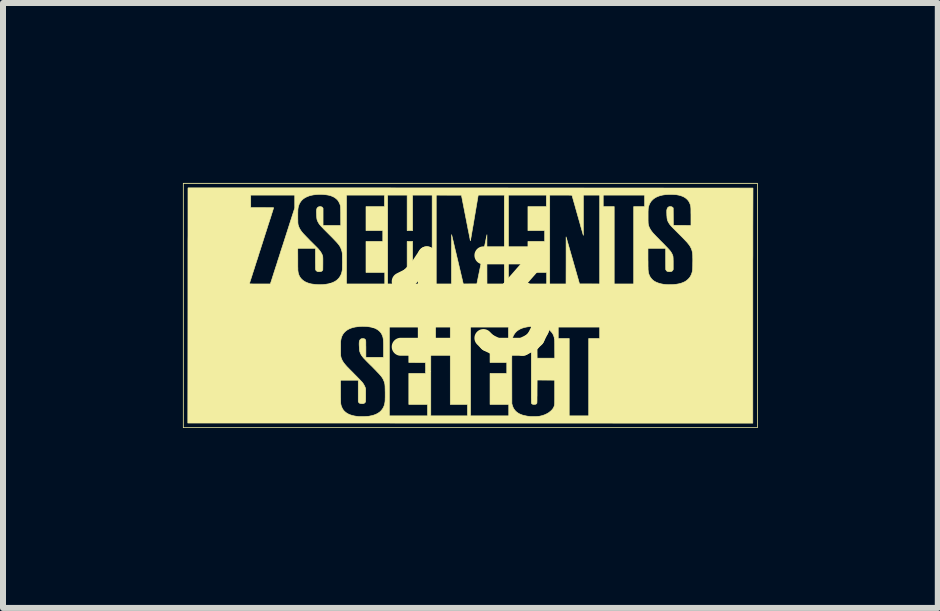
<source format=kicad_pcb>
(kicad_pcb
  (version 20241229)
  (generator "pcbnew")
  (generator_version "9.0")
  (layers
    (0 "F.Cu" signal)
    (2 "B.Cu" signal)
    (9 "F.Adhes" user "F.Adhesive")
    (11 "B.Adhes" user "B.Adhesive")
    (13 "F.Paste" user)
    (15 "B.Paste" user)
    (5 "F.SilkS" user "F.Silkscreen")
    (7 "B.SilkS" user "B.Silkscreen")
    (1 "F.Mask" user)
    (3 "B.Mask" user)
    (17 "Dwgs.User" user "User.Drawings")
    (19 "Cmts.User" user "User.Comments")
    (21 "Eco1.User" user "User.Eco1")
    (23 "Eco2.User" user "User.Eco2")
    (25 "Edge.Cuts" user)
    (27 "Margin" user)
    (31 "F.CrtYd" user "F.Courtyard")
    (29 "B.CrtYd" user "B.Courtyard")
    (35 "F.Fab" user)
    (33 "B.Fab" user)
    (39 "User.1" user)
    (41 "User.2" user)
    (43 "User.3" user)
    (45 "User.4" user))
  (footprint "13"
    (layer "F.Cu")
    (at 4.792 2.042)
    (property "Reference" "13" (at 0 0 0) (layer "F.SilkS") (effects (font (size 1.524 1.524) (thickness 0.3))))
    (attr through_hole)
    (fp_poly (pts (xy 4.787 2.039) (xy -4.787 2.039) (xy -4.787 -2.034) (xy -4.785 -2.034) (xy -4.785 2.037) (xy 4.785 2.037) (xy 4.785 -2.034) (xy -4.785 -2.034) (xy -4.787 -2.034) (xy -4.787 -2.037) (xy 4.787 -2.037) (xy 4.787 2.039)) (stroke (width 0.01) (type solid)) (fill yes) (layer "F.SilkS"))
    (fp_poly (pts (xy -4.307 -1.96) (xy -4.245 -1.96) (xy -4.18 -1.96) (xy -4.111 -1.96) (xy -4.038 -1.96) (xy -3.961 -1.96) (xy -3.881 -1.96) (xy -3.796 -1.96) (xy -3.709 -1.96) (xy -3.618 -1.96) (xy -3.524 -1.96) (xy -3.426 -1.96) (xy -3.325 -1.96) (xy -3.221 -1.96) (xy -3.115 -1.96) (xy -3.005 -1.96) (xy -2.892 -1.96) (xy -2.776 -1.96) (xy -2.658 -1.96) (xy -2.537 -1.96) (xy -2.414 -1.96) (xy -2.288 -1.96) (xy -2.16 -1.96) (xy -2.029 -1.96) (xy -1.897 -1.96) (xy -1.762 -1.96) (xy -1.625 -1.96) (xy -1.485 -1.96) (xy -1.345 -1.96) (xy -1.202 -1.959) (xy -1.057 -1.959) (xy -0.911 -1.959) (xy -0.763 -1.959) (xy -0.614 -1.959) (xy -0.463 -1.959) (xy -0.311 -1.959) (xy -0.157 -1.959) (xy -0.002 -1.959) (xy 0.003 -1.959) (xy 4.712 -1.957) (xy 4.71 -1.31) (xy 4.71 -1.264) (xy 4.71 -1.214) (xy 4.71 -1.159) (xy 4.71 -1.1) (xy 4.71 -1.037) (xy 4.71 -0.971) (xy 4.71 -0.9) (xy 4.71 -0.827) (xy 4.709 -0.75) (xy 4.709 -0.671) (xy 4.709 -0.59) (xy 4.709 -0.506) (xy 4.709 -0.42) (xy 4.709 -0.333) (xy 4.709 -0.245) (xy 4.709 -0.155) (xy 4.709 -0.065) (xy 4.709 0.027) (xy 4.709 0.118) (xy 4.709 0.209) (xy 4.709 0.3) (xy 4.709 0.391) (xy 4.709 0.481) (xy 4.709 0.57) (xy 4.709 0.651) (xy 4.709 1.963) (xy 2.634 1.963) (xy 2.531 1.963) (xy 2.423 1.963) (xy 2.311 1.962) (xy 2.194 1.962) (xy 2.073 1.962) (xy 1.948 1.962) (xy 1.82 1.962) (xy 1.688 1.962) (xy 1.553 1.962) (xy 1.416 1.962) (xy 1.275 1.962) (xy 1.133 1.962) (xy 0.989 1.962) (xy 0.842 1.962) (xy 0.694 1.962) (xy 0.545 1.962) (xy 0.395 1.962) (xy 0.244 1.962) (xy 0.092 1.962) (xy -0.059 1.962) (xy -0.211 1.962) (xy -0.363 1.962) (xy -0.514 1.962) (xy -0.665 1.962) (xy -0.814 1.962) (xy -0.963 1.962) (xy -1.11 1.962) (xy -1.255 1.962) (xy -1.398 1.961) (xy -1.539 1.961) (xy -1.678 1.961) (xy -1.813 1.961) (xy -1.946 1.961) (xy -2.075 1.961) (xy -4.711 1.961) (xy -4.71 1.247) (xy -2.164 1.247) (xy -2.164 1.432) (xy -2.164 1.469) (xy -2.164 1.502) (xy -2.164 1.531) (xy -2.163 1.556) (xy -2.163 1.577) (xy -2.163 1.595) (xy -2.162 1.61) (xy -2.162 1.623) (xy -2.161 1.634) (xy -2.16 1.643) (xy -2.158 1.652) (xy -2.157 1.659) (xy -2.155 1.666) (xy -2.153 1.673) (xy -2.151 1.679) (xy -2.138 1.71) (xy -2.122 1.738) (xy -2.102 1.762) (xy -2.077 1.784) (xy -2.049 1.803) (xy -2.016 1.819) (xy -1.993 1.827) (xy -1.971 1.834) (xy -1.95 1.839) (xy -1.927 1.844) (xy -1.901 1.848) (xy -1.871 1.851) (xy -1.86 1.853) (xy -1.851 1.853) (xy -1.837 1.853) (xy -1.82 1.853) (xy -1.801 1.853) (xy -1.78 1.853) (xy -1.76 1.852) (xy -1.74 1.851) (xy -1.723 1.85) (xy -1.708 1.849) (xy -1.697 1.848) (xy -1.694 1.848) (xy -1.661 1.841) (xy -1.351 1.841) (xy -0.714 1.841) (xy -0.66 1.841) (xy -0.048 1.841) (xy -0.048 1.651) (xy -0.335 1.651) (xy -0.335 0.361) (xy 0.003 0.361) (xy 0.003 1.841) (xy 0.64 1.841) (xy 0.64 1.651) (xy 0.328 1.651) (xy 0.328 1.133) (xy 0.607 1.133) (xy 0.607 0.952) (xy 0.328 0.952) (xy 0.328 0.818) (xy 0.691 0.818) (xy 0.691 0.856) (xy 0.691 0.898) (xy 0.691 0.944) (xy 0.691 0.995) (xy 0.691 1.05) (xy 0.691 1.11) (xy 0.691 1.121) (xy 0.692 1.639) (xy 0.698 1.659) (xy 0.706 1.684) (xy 0.715 1.706) (xy 0.725 1.724) (xy 0.738 1.742) (xy 0.751 1.758) (xy 0.771 1.777) (xy 0.793 1.793) (xy 0.817 1.807) (xy 0.845 1.819) (xy 0.875 1.83) (xy 0.91 1.838) (xy 0.948 1.846) (xy 0.991 1.851) (xy 1.004 1.853) (xy 1.014 1.853) (xy 1.028 1.853) (xy 1.044 1.853) (xy 1.062 1.853) (xy 1.081 1.852) (xy 1.1 1.852) (xy 1.117 1.851) (xy 1.132 1.85) (xy 1.144 1.849) (xy 1.15 1.848) (xy 1.194 1.838) (xy 1.234 1.825) (xy 1.271 1.808) (xy 1.305 1.789) (xy 1.334 1.766) (xy 1.354 1.748) (xy 1.366 1.734) (xy 1.375 1.723) (xy 1.383 1.711) (xy 1.386 1.704) (xy 1.39 1.697) (xy 1.393 1.691) (xy 1.395 1.685) (xy 1.397 1.679) (xy 1.399 1.673) (xy 1.401 1.667) (xy 1.402 1.659) (xy 1.403 1.65) (xy 1.404 1.639) (xy 1.405 1.625) (xy 1.405 1.61) (xy 1.405 1.591) (xy 1.406 1.569) (xy 1.406 1.544) (xy 1.406 1.514) (xy 1.406 1.48) (xy 1.406 1.448) (xy 1.406 1.246) (xy 1.259 1.245) (xy 1.113 1.244) (xy 1.112 1.436) (xy 1.112 1.472) (xy 1.112 1.503) (xy 1.111 1.529) (xy 1.111 1.552) (xy 1.111 1.571) (xy 1.111 1.586) (xy 1.111 1.599) (xy 1.11 1.609) (xy 1.11 1.617) (xy 1.11 1.623) (xy 1.109 1.627) (xy 1.108 1.63) (xy 1.108 1.632) (xy 1.107 1.634) (xy 1.106 1.635) (xy 1.099 1.642) (xy 1.09 1.647) (xy 1.077 1.649) (xy 1.067 1.65) (xy 1.049 1.65) (xy 1.035 1.646) (xy 1.025 1.64) (xy 1.021 1.635) (xy 1.02 1.634) (xy 1.02 1.632) (xy 1.019 1.631) (xy 1.019 1.628) (xy 1.018 1.625) (xy 1.018 1.621) (xy 1.018 1.615) (xy 1.017 1.608) (xy 1.017 1.599) (xy 1.017 1.588) (xy 1.017 1.575) (xy 1.017 1.56) (xy 1.016 1.542) (xy 1.016 1.522) (xy 1.016 1.498) (xy 1.016 1.472) (xy 1.016 1.442) (xy 1.016 1.408) (xy 1.016 1.371) (xy 1.016 1.33) (xy 1.016 1.284) (xy 1.016 1.234) (xy 1.016 1.18) (xy 1.016 1.121) (xy 1.016 1.101) (xy 1.016 0.575) (xy 1.021 0.568) (xy 1.029 0.56) (xy 1.038 0.556) (xy 1.049 0.553) (xy 1.063 0.553) (xy 1.08 0.554) (xy 1.093 0.557) (xy 1.102 0.563) (xy 1.107 0.568) (xy 1.108 0.57) (xy 1.108 0.572) (xy 1.109 0.576) (xy 1.11 0.58) (xy 1.11 0.586) (xy 1.11 0.595) (xy 1.111 0.606) (xy 1.111 0.62) (xy 1.111 0.637) (xy 1.111 0.658) (xy 1.112 0.683) (xy 1.112 0.713) (xy 1.112 0.727) (xy 1.113 0.879) (xy 1.407 0.879) (xy 1.406 0.723) (xy 1.406 0.69) (xy 1.406 0.661) (xy 1.406 0.636) (xy 1.405 0.615) (xy 1.405 0.598) (xy 1.404 0.583) (xy 1.403 0.571) (xy 1.403 0.56) (xy 1.401 0.551) (xy 1.4 0.543) (xy 1.398 0.536) (xy 1.396 0.528) (xy 1.394 0.521) (xy 1.391 0.513) (xy 1.379 0.483) (xy 1.363 0.457) (xy 1.342 0.433) (xy 1.318 0.411) (xy 1.289 0.393) (xy 1.257 0.378) (xy 1.221 0.367) (xy 1.194 0.361) (xy 1.465 0.361) (xy 1.465 0.551) (xy 1.648 0.551) (xy 1.648 1.841) (xy 1.973 1.841) (xy 1.973 0.551) (xy 2.156 0.551) (xy 2.156 0.361) (xy 1.465 0.361) (xy 1.194 0.361) (xy 1.182 0.358) (xy 1.146 0.353) (xy 1.107 0.35) (xy 1.067 0.35) (xy 1.026 0.351) (xy 0.986 0.353) (xy 0.948 0.358) (xy 0.913 0.365) (xy 0.904 0.367) (xy 0.864 0.379) (xy 0.829 0.394) (xy 0.798 0.412) (xy 0.77 0.433) (xy 0.747 0.458) (xy 0.728 0.485) (xy 0.712 0.516) (xy 0.701 0.549) (xy 0.695 0.578) (xy 0.694 0.581) (xy 0.694 0.585) (xy 0.693 0.59) (xy 0.693 0.596) (xy 0.693 0.602) (xy 0.692 0.611) (xy 0.692 0.621) (xy 0.692 0.632) (xy 0.692 0.646) (xy 0.692 0.662) (xy 0.691 0.681) (xy 0.691 0.702) (xy 0.691 0.726) (xy 0.691 0.753) (xy 0.691 0.784) (xy 0.691 0.818) (xy 0.328 0.818) (xy 0.328 0.551) (xy 0.635 0.551) (xy 0.635 0.361) (xy 0.003 0.361) (xy -0.335 0.361) (xy -0.335 0.361) (xy -0.497 0.361) (xy -0.659 0.362) (xy -0.66 1.102) (xy -0.66 1.841) (xy -0.714 1.841) (xy -0.714 1.651) (xy -1.026 1.651) (xy -1.026 1.133) (xy -0.747 1.133) (xy -0.747 1.043) (xy -0.748 0.954) (xy -0.887 0.953) (xy -1.026 0.952) (xy -1.026 0.551) (xy -0.719 0.551) (xy -0.719 0.457) (xy -0.72 0.362) (xy -1.036 0.361) (xy -1.351 0.361) (xy -1.351 1.841) (xy -1.661 1.841) (xy -1.649 1.839) (xy -1.608 1.828) (xy -1.572 1.814) (xy -1.54 1.797) (xy -1.511 1.777) (xy -1.487 1.754) (xy -1.466 1.728) (xy -1.449 1.699) (xy -1.436 1.667) (xy -1.429 1.64) (xy -1.427 1.629) (xy -1.425 1.618) (xy -1.423 1.605) (xy -1.422 1.591) (xy -1.421 1.574) (xy -1.421 1.555) (xy -1.42 1.532) (xy -1.42 1.506) (xy -1.42 1.476) (xy -1.42 1.447) (xy -1.421 1.418) (xy -1.421 1.394) (xy -1.422 1.373) (xy -1.422 1.356) (xy -1.423 1.342) (xy -1.424 1.329) (xy -1.425 1.319) (xy -1.426 1.31) (xy -1.428 1.302) (xy -1.43 1.293) (xy -1.433 1.284) (xy -1.435 1.276) (xy -1.439 1.266) (xy -1.444 1.253) (xy -1.45 1.24) (xy -1.452 1.235) (xy -1.457 1.225) (xy -1.463 1.215) (xy -1.469 1.205) (xy -1.477 1.194) (xy -1.485 1.183) (xy -1.495 1.171) (xy -1.507 1.157) (xy -1.52 1.142) (xy -1.536 1.125) (xy -1.554 1.107) (xy -1.574 1.085) (xy -1.598 1.061) (xy -1.624 1.034) (xy -1.654 1.004) (xy -1.662 0.997) (xy -1.689 0.97) (xy -1.712 0.947) (xy -1.732 0.927) (xy -1.749 0.909) (xy -1.764 0.893) (xy -1.777 0.88) (xy -1.787 0.868) (xy -1.796 0.857) (xy -1.804 0.847) (xy -1.81 0.838) (xy -1.816 0.83) (xy -1.821 0.821) (xy -1.826 0.812) (xy -1.83 0.804) (xy -1.836 0.791) (xy -1.84 0.779) (xy -1.844 0.768) (xy -1.847 0.755) (xy -1.849 0.74) (xy -1.85 0.723) (xy -1.851 0.704) (xy -1.853 0.676) (xy -1.854 0.653) (xy -1.854 0.634) (xy -1.853 0.618) (xy -1.852 0.605) (xy -1.849 0.594) (xy -1.846 0.585) (xy -1.842 0.577) (xy -1.84 0.574) (xy -1.83 0.563) (xy -1.818 0.556) (xy -1.802 0.553) (xy -1.793 0.553) (xy -1.776 0.554) (xy -1.762 0.559) (xy -1.752 0.568) (xy -1.746 0.58) (xy -1.745 0.583) (xy -1.744 0.588) (xy -1.744 0.597) (xy -1.743 0.61) (xy -1.743 0.626) (xy -1.743 0.646) (xy -1.743 0.668) (xy -1.742 0.692) (xy -1.742 0.718) (xy -1.742 0.73) (xy -1.742 0.866) (xy -1.448 0.866) (xy -1.448 0.734) (xy -1.448 0.697) (xy -1.448 0.665) (xy -1.448 0.637) (xy -1.449 0.613) (xy -1.45 0.591) (xy -1.451 0.573) (xy -1.453 0.557) (xy -1.455 0.543) (xy -1.458 0.531) (xy -1.461 0.52) (xy -1.464 0.509) (xy -1.469 0.499) (xy -1.474 0.488) (xy -1.474 0.486) (xy -1.49 0.459) (xy -1.511 0.434) (xy -1.535 0.413) (xy -1.563 0.395) (xy -1.595 0.379) (xy -1.619 0.371) (xy -1.65 0.363) (xy -1.684 0.357) (xy -1.722 0.352) (xy -1.761 0.35) (xy -1.801 0.349) (xy -1.842 0.351) (xy -1.881 0.355) (xy -1.919 0.36) (xy -1.951 0.367) (xy -1.991 0.379) (xy -2.026 0.394) (xy -2.058 0.413) (xy -2.085 0.434) (xy -2.108 0.458) (xy -2.128 0.486) (xy -2.143 0.516) (xy -2.154 0.55) (xy -2.161 0.587) (xy -2.161 0.588) (xy -2.162 0.596) (xy -2.163 0.609) (xy -2.163 0.627) (xy -2.163 0.65) (xy -2.163 0.676) (xy -2.163 0.707) (xy -2.163 0.726) (xy -2.163 0.754) (xy -2.163 0.777) (xy -2.163 0.796) (xy -2.162 0.812) (xy -2.162 0.824) (xy -2.162 0.834) (xy -2.161 0.842) (xy -2.16 0.848) (xy -2.159 0.853) (xy -2.158 0.858) (xy -2.157 0.863) (xy -2.157 0.865) (xy -2.148 0.889) (xy -2.138 0.913) (xy -2.124 0.937) (xy -2.107 0.962) (xy -2.086 0.988) (xy -2.064 1.013) (xy -2.06 1.018) (xy -2.053 1.025) (xy -2.043 1.035) (xy -2.03 1.048) (xy -2.015 1.064) (xy -1.998 1.081) (xy -1.98 1.099) (xy -1.96 1.119) (xy -1.94 1.14) (xy -1.932 1.148) (xy -1.911 1.169) (xy -1.891 1.189) (xy -1.872 1.209) (xy -1.854 1.227) (xy -1.838 1.244) (xy -1.825 1.258) (xy -1.813 1.27) (xy -1.805 1.279) (xy -1.8 1.286) (xy -1.798 1.287) (xy -1.779 1.315) (xy -1.765 1.341) (xy -1.754 1.365) (xy -1.753 1.368) (xy -1.746 1.391) (xy -1.746 1.495) (xy -1.746 1.517) (xy -1.746 1.539) (xy -1.746 1.558) (xy -1.747 1.575) (xy -1.747 1.589) (xy -1.747 1.599) (xy -1.748 1.605) (xy -1.748 1.606) (xy -1.751 1.612) (xy -1.756 1.619) (xy -1.758 1.622) (xy -1.768 1.63) (xy -1.783 1.636) (xy -1.801 1.638) (xy -1.815 1.637) (xy -1.832 1.635) (xy -1.846 1.631) (xy -1.856 1.624) (xy -1.863 1.614) (xy -1.864 1.613) (xy -1.869 1.602) (xy -1.869 1.247) (xy -2.164 1.247) (xy -4.71 1.247) (xy -4.709 0.001) (xy -4.709 -0.099) (xy -4.709 -0.197) (xy -4.709 -0.294) (xy -4.709 -0.362) (xy -3.684 -0.362) (xy -3.684 -0.361) (xy -3.683 -0.36) (xy -3.68 -0.36) (xy -3.675 -0.359) (xy -3.667 -0.359) (xy -3.657 -0.359) (xy -3.645 -0.359) (xy -3.629 -0.358) (xy -3.609 -0.358) (xy -3.585 -0.358) (xy -3.558 -0.358) (xy -3.525 -0.358) (xy -3.51 -0.358) (xy -3.335 -0.358) (xy -3.325 -0.389) (xy -3.323 -0.394) (xy -3.32 -0.404) (xy -3.315 -0.418) (xy -3.309 -0.437) (xy -3.302 -0.459) (xy -3.294 -0.485) (xy -3.284 -0.515) (xy -3.274 -0.548) (xy -3.262 -0.584) (xy -3.25 -0.623) (xy -3.236 -0.664) (xy -3.222 -0.708) (xy -3.208 -0.754) (xy -3.192 -0.802) (xy -3.176 -0.852) (xy -3.16 -0.904) (xy -3.144 -0.952) (xy -2.878 -0.952) (xy -2.877 -0.778) (xy -2.877 -0.748) (xy -2.877 -0.719) (xy -2.877 -0.691) (xy -2.877 -0.665) (xy -2.877 -0.642) (xy -2.876 -0.621) (xy -2.876 -0.604) (xy -2.876 -0.591) (xy -2.875 -0.582) (xy -2.875 -0.58) (xy -2.87 -0.545) (xy -2.861 -0.514) (xy -2.849 -0.486) (xy -2.833 -0.461) (xy -2.816 -0.441) (xy -2.792 -0.419) (xy -2.765 -0.4) (xy -2.734 -0.384) (xy -2.699 -0.371) (xy -2.66 -0.36) (xy -2.636 -0.356) (xy -2.58 -0.349) (xy -2.522 -0.346) (xy -2.462 -0.347) (xy -2.455 -0.348) (xy -2.408 -0.353) (xy -2.365 -0.36) (xy -2.327 -0.37) (xy -2.292 -0.383) (xy -2.261 -0.398) (xy -2.233 -0.416) (xy -2.212 -0.434) (xy -2.189 -0.459) (xy -2.17 -0.487) (xy -2.154 -0.518) (xy -2.143 -0.553) (xy -2.136 -0.588) (xy -2.135 -0.595) (xy -2.135 -0.606) (xy -2.134 -0.622) (xy -2.134 -0.64) (xy -2.134 -0.661) (xy -2.134 -0.684) (xy -2.133 -0.708) (xy -2.133 -0.733) (xy -2.134 -0.757) (xy -2.134 -0.781) (xy -2.134 -0.804) (xy -2.134 -0.825) (xy -2.135 -0.843) (xy -2.135 -0.858) (xy -2.136 -0.869) (xy -2.136 -0.875) (xy -2.143 -0.908) (xy -2.154 -0.941) (xy -2.168 -0.973) (xy -2.186 -1.002) (xy -2.186 -1.002) (xy -2.194 -1.012) (xy -2.203 -1.024) (xy -2.214 -1.037) (xy -2.226 -1.051) (xy -2.241 -1.067) (xy -2.258 -1.085) (xy -2.278 -1.106) (xy -2.3 -1.129) (xy -2.325 -1.154) (xy -2.354 -1.183) (xy -2.377 -1.206) (xy -2.403 -1.232) (xy -2.426 -1.255) (xy -2.446 -1.275) (xy -2.462 -1.293) (xy -2.477 -1.308) (xy -2.489 -1.321) (xy -2.499 -1.332) (xy -2.508 -1.343) (xy -2.516 -1.352) (xy -2.522 -1.361) (xy -2.527 -1.369) (xy -2.533 -1.378) (xy -2.537 -1.387) (xy -2.54 -1.392) (xy -2.546 -1.404) (xy -2.551 -1.414) (xy -2.554 -1.424) (xy -2.557 -1.434) (xy -2.559 -1.446) (xy -2.561 -1.461) (xy -2.562 -1.478) (xy -2.564 -1.5) (xy -2.564 -1.507) (xy -2.565 -1.534) (xy -2.566 -1.557) (xy -2.566 -1.576) (xy -2.564 -1.592) (xy -2.562 -1.604) (xy -2.559 -1.615) (xy -2.554 -1.623) (xy -2.549 -1.63) (xy -2.544 -1.635) (xy -2.531 -1.643) (xy -2.515 -1.647) (xy -2.498 -1.648) (xy -2.483 -1.644) (xy -2.47 -1.638) (xy -2.462 -1.628) (xy -2.456 -1.62) (xy -2.456 -1.333) (xy -2.161 -1.333) (xy -2.162 -1.488) (xy -2.162 -1.521) (xy -2.162 -1.551) (xy -2.163 -1.575) (xy -2.163 -1.597) (xy -2.164 -1.614) (xy -2.164 -1.629) (xy -2.165 -1.642) (xy -2.166 -1.652) (xy -2.167 -1.661) (xy -2.169 -1.669) (xy -2.171 -1.676) (xy -2.174 -1.683) (xy -2.176 -1.691) (xy -2.18 -1.698) (xy -2.18 -1.7) (xy -2.19 -1.72) (xy -2.199 -1.736) (xy -2.209 -1.751) (xy -2.222 -1.765) (xy -2.225 -1.768) (xy -2.247 -1.787) (xy -2.272 -1.804) (xy -2.301 -1.818) (xy -2.332 -1.83) (xy -2.368 -1.839) (xy -2.065 -1.839) (xy -2.065 -0.358) (xy -1.427 -0.358) (xy -1.427 -0.549) (xy -1.74 -0.549) (xy -1.74 -1.067) (xy -1.46 -1.067) (xy -1.46 -1.247) (xy -1.74 -1.247) (xy -1.74 -1.648) (xy -1.432 -1.648) (xy -1.432 -1.839) (xy -1.379 -1.839) (xy -1.379 -0.358) (xy -1.054 -0.358) (xy -1.054 -1.067) (xy -0.963 -1.067) (xy -0.963 -0.358) (xy -0.637 -0.358) (xy -0.569 -0.358) (xy -0.315 -0.358) (xy -0.315 -0.771) (xy -0.315 -0.817) (xy -0.315 -0.861) (xy -0.315 -0.903) (xy -0.315 -0.943) (xy -0.314 -0.981) (xy -0.314 -1.016) (xy -0.314 -1.049) (xy -0.314 -1.079) (xy -0.314 -1.105) (xy -0.314 -1.128) (xy -0.313 -1.147) (xy -0.313 -1.162) (xy -0.313 -1.172) (xy -0.313 -1.178) (xy -0.313 -1.18) (xy -0.312 -1.177) (xy -0.31 -1.169) (xy -0.307 -1.157) (xy -0.303 -1.141) (xy -0.298 -1.121) (xy -0.293 -1.097) (xy -0.286 -1.07) (xy -0.279 -1.039) (xy -0.271 -1.006) (xy -0.263 -0.97) (xy -0.254 -0.932) (xy -0.244 -0.892) (xy -0.234 -0.85) (xy -0.224 -0.807) (xy -0.214 -0.766) (xy -0.118 -0.358) (xy -0.005 -0.359) (xy 0.108 -0.359) (xy 0.192 -0.769) (xy 0.276 -1.178) (xy 0.276 -0.768) (xy 0.277 -0.358) (xy 0.566 -0.358) (xy 0.566 -1.839) (xy 0.635 -1.839) (xy 0.635 -0.358) (xy 1.272 -0.358) (xy 1.272 -0.549) (xy 0.96 -0.549) (xy 0.96 -1.067) (xy 1.239 -1.067) (xy 1.239 -1.247) (xy 0.96 -1.247) (xy 0.96 -1.648) (xy 1.267 -1.648) (xy 1.267 -1.839) (xy 1.323 -1.839) (xy 1.323 -0.358) (xy 1.595 -0.358) (xy 1.596 -0.75) (xy 1.596 -1.142) (xy 1.708 -0.751) (xy 1.82 -0.359) (xy 1.988 -0.359) (xy 2.156 -0.358) (xy 2.156 -1.839) (xy 2.215 -1.839) (xy 2.215 -1.648) (xy 2.398 -1.648) (xy 2.398 -0.358) (xy 2.723 -0.358) (xy 2.723 -0.952) (xy 2.961 -0.952) (xy 2.961 -0.788) (xy 2.961 -0.758) (xy 2.962 -0.73) (xy 2.962 -0.702) (xy 2.962 -0.676) (xy 2.962 -0.653) (xy 2.963 -0.632) (xy 2.963 -0.615) (xy 2.963 -0.601) (xy 2.964 -0.592) (xy 2.964 -0.591) (xy 2.967 -0.56) (xy 2.973 -0.532) (xy 2.982 -0.507) (xy 2.993 -0.483) (xy 3.004 -0.466) (xy 3.023 -0.441) (xy 3.046 -0.419) (xy 3.073 -0.4) (xy 3.105 -0.384) (xy 3.14 -0.371) (xy 3.18 -0.36) (xy 3.223 -0.352) (xy 3.264 -0.348) (xy 3.282 -0.347) (xy 3.304 -0.346) (xy 3.329 -0.347) (xy 3.354 -0.347) (xy 3.379 -0.348) (xy 3.402 -0.35) (xy 3.423 -0.352) (xy 3.434 -0.353) (xy 3.474 -0.36) (xy 3.51 -0.369) (xy 3.543 -0.381) (xy 3.572 -0.394) (xy 3.598 -0.41) (xy 3.622 -0.429) (xy 3.63 -0.437) (xy 3.652 -0.46) (xy 3.669 -0.485) (xy 3.683 -0.513) (xy 3.691 -0.535) (xy 3.695 -0.547) (xy 3.698 -0.557) (xy 3.7 -0.568) (xy 3.702 -0.578) (xy 3.703 -0.59) (xy 3.705 -0.604) (xy 3.705 -0.62) (xy 3.706 -0.639) (xy 3.707 -0.661) (xy 3.707 -0.688) (xy 3.707 -0.702) (xy 3.708 -0.74) (xy 3.708 -0.774) (xy 3.707 -0.803) (xy 3.707 -0.828) (xy 3.705 -0.851) (xy 3.703 -0.871) (xy 3.701 -0.889) (xy 3.697 -0.905) (xy 3.693 -0.92) (xy 3.688 -0.934) (xy 3.683 -0.948) (xy 3.676 -0.962) (xy 3.675 -0.964) (xy 3.669 -0.975) (xy 3.663 -0.986) (xy 3.656 -0.997) (xy 3.648 -1.009) (xy 3.638 -1.021) (xy 3.627 -1.035) (xy 3.615 -1.05) (xy 3.6 -1.066) (xy 3.583 -1.084) (xy 3.563 -1.105) (xy 3.541 -1.128) (xy 3.516 -1.153) (xy 3.488 -1.181) (xy 3.456 -1.213) (xy 3.453 -1.216) (xy 3.428 -1.241) (xy 3.406 -1.263) (xy 3.387 -1.282) (xy 3.371 -1.299) (xy 3.357 -1.313) (xy 3.346 -1.326) (xy 3.336 -1.337) (xy 3.328 -1.347) (xy 3.32 -1.357) (xy 3.314 -1.366) (xy 3.309 -1.375) (xy 3.303 -1.384) (xy 3.299 -1.392) (xy 3.293 -1.404) (xy 3.289 -1.415) (xy 3.285 -1.426) (xy 3.282 -1.437) (xy 3.28 -1.451) (xy 3.278 -1.467) (xy 3.277 -1.486) (xy 3.275 -1.506) (xy 3.275 -1.524) (xy 3.274 -1.542) (xy 3.274 -1.558) (xy 3.274 -1.571) (xy 3.274 -1.581) (xy 3.274 -1.584) (xy 3.278 -1.603) (xy 3.284 -1.62) (xy 3.293 -1.633) (xy 3.305 -1.642) (xy 3.314 -1.646) (xy 3.33 -1.648) (xy 3.346 -1.647) (xy 3.36 -1.643) (xy 3.372 -1.635) (xy 3.373 -1.634) (xy 3.382 -1.625) (xy 3.383 -1.48) (xy 3.384 -1.335) (xy 3.531 -1.334) (xy 3.678 -1.333) (xy 3.678 -1.48) (xy 3.678 -1.514) (xy 3.677 -1.543) (xy 3.677 -1.569) (xy 3.677 -1.59) (xy 3.677 -1.608) (xy 3.676 -1.623) (xy 3.675 -1.636) (xy 3.674 -1.647) (xy 3.672 -1.657) (xy 3.671 -1.666) (xy 3.668 -1.674) (xy 3.666 -1.682) (xy 3.663 -1.69) (xy 3.661 -1.694) (xy 3.653 -1.715) (xy 3.643 -1.732) (xy 3.632 -1.748) (xy 3.618 -1.764) (xy 3.615 -1.767) (xy 3.594 -1.786) (xy 3.569 -1.803) (xy 3.542 -1.817) (xy 3.512 -1.828) (xy 3.477 -1.838) (xy 3.439 -1.845) (xy 3.434 -1.846) (xy 3.42 -1.847) (xy 3.402 -1.848) (xy 3.381 -1.849) (xy 3.358 -1.85) (xy 3.334 -1.85) (xy 3.311 -1.85) (xy 3.289 -1.849) (xy 3.27 -1.848) (xy 3.254 -1.847) (xy 3.252 -1.847) (xy 3.206 -1.84) (xy 3.164 -1.83) (xy 3.126 -1.817) (xy 3.092 -1.801) (xy 3.071 -1.788) (xy 3.057 -1.778) (xy 3.043 -1.766) (xy 3.029 -1.752) (xy 3.016 -1.738) (xy 3.006 -1.725) (xy 3.006 -1.724) (xy 2.991 -1.699) (xy 2.979 -1.671) (xy 2.97 -1.64) (xy 2.967 -1.624) (xy 2.966 -1.618) (xy 2.965 -1.611) (xy 2.965 -1.603) (xy 2.964 -1.592) (xy 2.964 -1.58) (xy 2.963 -1.565) (xy 2.963 -1.546) (xy 2.963 -1.524) (xy 2.963 -1.497) (xy 2.963 -1.488) (xy 2.963 -1.457) (xy 2.963 -1.431) (xy 2.963 -1.41) (xy 2.964 -1.392) (xy 2.964 -1.378) (xy 2.965 -1.367) (xy 2.966 -1.36) (xy 2.966 -1.357) (xy 2.972 -1.331) (xy 2.981 -1.305) (xy 2.994 -1.28) (xy 3.009 -1.254) (xy 3.029 -1.227) (xy 3.042 -1.211) (xy 3.047 -1.205) (xy 3.055 -1.196) (xy 3.067 -1.184) (xy 3.08 -1.17) (xy 3.096 -1.153) (xy 3.114 -1.135) (xy 3.134 -1.115) (xy 3.154 -1.094) (xy 3.175 -1.072) (xy 3.19 -1.058) (xy 3.217 -1.031) (xy 3.24 -1.007) (xy 3.26 -0.986) (xy 3.278 -0.968) (xy 3.293 -0.952) (xy 3.306 -0.938) (xy 3.317 -0.926) (xy 3.326 -0.915) (xy 3.334 -0.906) (xy 3.34 -0.897) (xy 3.346 -0.888) (xy 3.351 -0.88) (xy 3.356 -0.871) (xy 3.361 -0.862) (xy 3.362 -0.86) (xy 3.366 -0.851) (xy 3.37 -0.843) (xy 3.373 -0.835) (xy 3.376 -0.827) (xy 3.378 -0.818) (xy 3.379 -0.808) (xy 3.38 -0.795) (xy 3.381 -0.78) (xy 3.381 -0.763) (xy 3.382 -0.741) (xy 3.382 -0.715) (xy 3.382 -0.701) (xy 3.382 -0.598) (xy 3.375 -0.587) (xy 3.368 -0.577) (xy 3.358 -0.569) (xy 3.345 -0.565) (xy 3.329 -0.563) (xy 3.319 -0.563) (xy 3.301 -0.564) (xy 3.287 -0.567) (xy 3.275 -0.573) (xy 3.267 -0.582) (xy 3.264 -0.587) (xy 3.257 -0.598) (xy 3.256 -0.775) (xy 3.256 -0.952) (xy 2.961 -0.952) (xy 2.723 -0.952) (xy 2.723 -1.648) (xy 2.905 -1.648) (xy 2.905 -1.839) (xy 2.215 -1.839) (xy 2.156 -1.839) (xy 1.884 -1.839) (xy 1.884 -1.503) (xy 1.884 -1.462) (xy 1.884 -1.423) (xy 1.884 -1.385) (xy 1.884 -1.35) (xy 1.884 -1.316) (xy 1.884 -1.286) (xy 1.884 -1.258) (xy 1.884 -1.233) (xy 1.884 -1.212) (xy 1.884 -1.195) (xy 1.884 -1.182) (xy 1.884 -1.173) (xy 1.883 -1.169) (xy 1.883 -1.168) (xy 1.883 -1.171) (xy 1.881 -1.178) (xy 1.877 -1.19) (xy 1.873 -1.205) (xy 1.867 -1.224) (xy 1.861 -1.247) (xy 1.853 -1.273) (xy 1.845 -1.302) (xy 1.836 -1.333) (xy 1.827 -1.367) (xy 1.817 -1.403) (xy 1.806 -1.441) (xy 1.795 -1.48) (xy 1.789 -1.5) (xy 1.778 -1.54) (xy 1.767 -1.578) (xy 1.757 -1.615) (xy 1.747 -1.65) (xy 1.738 -1.683) (xy 1.729 -1.713) (xy 1.721 -1.741) (xy 1.714 -1.766) (xy 1.708 -1.787) (xy 1.703 -1.805) (xy 1.699 -1.819) (xy 1.697 -1.828) (xy 1.695 -1.834) (xy 1.695 -1.834) (xy 1.694 -1.835) (xy 1.693 -1.836) (xy 1.691 -1.837) (xy 1.688 -1.837) (xy 1.683 -1.837) (xy 1.675 -1.838) (xy 1.666 -1.838) (xy 1.654 -1.838) (xy 1.638 -1.839) (xy 1.62 -1.839) (xy 1.597 -1.839) (xy 1.571 -1.839) (xy 1.54 -1.839) (xy 1.508 -1.839) (xy 1.323 -1.839) (xy 1.267 -1.839) (xy 0.635 -1.839) (xy 0.566 -1.839) (xy 0.131 -1.839) (xy 0.066 -1.456) (xy 0.059 -1.413) (xy 0.052 -1.371) (xy 0.045 -1.331) (xy 0.038 -1.293) (xy 0.032 -1.257) (xy 0.026 -1.223) (xy 0.021 -1.193) (xy 0.016 -1.165) (xy 0.012 -1.14) (xy 0.008 -1.12) (xy 0.005 -1.103) (xy 0.003 -1.09) (xy 0.001 -1.081) (xy 0.000466 -1.077) (xy 0.000365 -1.077) (xy -0.000232 -1.08) (xy -0.002 -1.087) (xy -0.004 -1.099) (xy -0.007 -1.115) (xy -0.011 -1.135) (xy -0.016 -1.159) (xy -0.021 -1.186) (xy -0.027 -1.216) (xy -0.034 -1.249) (xy -0.041 -1.284) (xy -0.048 -1.322) (xy -0.056 -1.361) (xy -0.064 -1.403) (xy -0.072 -1.445) (xy -0.075 -1.459) (xy -0.149 -1.838) (xy -0.359 -1.838) (xy -0.569 -1.839) (xy -0.569 -0.358) (xy -0.637 -0.358) (xy -0.637 -1.839) (xy -0.963 -1.839) (xy -0.963 -1.247) (xy -1.054 -1.247) (xy -1.054 -1.839) (xy -1.379 -1.839) (xy -1.432 -1.839) (xy -2.065 -1.839) (xy -2.368 -1.839) (xy -2.368 -1.839) (xy -2.407 -1.845) (xy -2.451 -1.849) (xy -2.48 -1.851) (xy -2.527 -1.851) (xy -2.573 -1.848) (xy -2.616 -1.843) (xy -2.656 -1.835) (xy -2.691 -1.825) (xy -2.728 -1.81) (xy -2.761 -1.793) (xy -2.789 -1.773) (xy -2.814 -1.75) (xy -2.834 -1.723) (xy -2.851 -1.694) (xy -2.863 -1.662) (xy -2.869 -1.641) (xy -2.871 -1.63) (xy -2.873 -1.617) (xy -2.875 -1.603) (xy -2.876 -1.586) (xy -2.876 -1.567) (xy -2.877 -1.545) (xy -2.877 -1.519) (xy -2.877 -1.489) (xy -2.877 -1.465) (xy -2.877 -1.439) (xy -2.876 -1.418) (xy -2.876 -1.4) (xy -2.876 -1.386) (xy -2.875 -1.375) (xy -2.874 -1.366) (xy -2.874 -1.359) (xy -2.873 -1.353) (xy -2.872 -1.347) (xy -2.87 -1.342) (xy -2.861 -1.313) (xy -2.849 -1.286) (xy -2.833 -1.258) (xy -2.813 -1.23) (xy -2.801 -1.215) (xy -2.792 -1.205) (xy -2.781 -1.192) (xy -2.766 -1.177) (xy -2.749 -1.159) (xy -2.73 -1.139) (xy -2.71 -1.119) (xy -2.689 -1.097) (xy -2.668 -1.075) (xy -2.646 -1.054) (xy -2.625 -1.033) (xy -2.605 -1.013) (xy -2.579 -0.987) (xy -2.556 -0.964) (xy -2.537 -0.944) (xy -2.521 -0.925) (xy -2.507 -0.908) (xy -2.496 -0.892) (xy -2.486 -0.876) (xy -2.478 -0.861) (xy -2.475 -0.855) (xy -2.471 -0.846) (xy -2.468 -0.839) (xy -2.465 -0.831) (xy -2.463 -0.824) (xy -2.461 -0.815) (xy -2.46 -0.806) (xy -2.46 -0.794) (xy -2.459 -0.78) (xy -2.459 -0.763) (xy -2.459 -0.742) (xy -2.459 -0.717) (xy -2.459 -0.699) (xy -2.46 -0.593) (xy -2.466 -0.583) (xy -2.474 -0.574) (xy -2.484 -0.568) (xy -2.498 -0.564) (xy -2.515 -0.563) (xy -2.519 -0.563) (xy -2.532 -0.563) (xy -2.54 -0.563) (xy -2.547 -0.565) (xy -2.554 -0.568) (xy -2.556 -0.569) (xy -2.568 -0.577) (xy -2.576 -0.586) (xy -2.58 -0.598) (xy -2.58 -0.598) (xy -2.581 -0.603) (xy -2.581 -0.611) (xy -2.582 -0.624) (xy -2.582 -0.641) (xy -2.582 -0.661) (xy -2.582 -0.684) (xy -2.583 -0.709) (xy -2.583 -0.737) (xy -2.583 -0.765) (xy -2.583 -0.78) (xy -2.583 -0.952) (xy -2.878 -0.952) (xy -3.144 -0.952) (xy -3.143 -0.956) (xy -3.125 -1.01) (xy -3.121 -1.023) (xy -2.928 -1.625) (xy -2.928 -1.839) (xy -3.662 -1.839) (xy -3.662 -1.631) (xy -3.47 -1.631) (xy -3.434 -1.631) (xy -3.402 -1.63) (xy -3.375 -1.63) (xy -3.352 -1.63) (xy -3.333 -1.63) (xy -3.317 -1.63) (xy -3.305 -1.63) (xy -3.295 -1.629) (xy -3.288 -1.629) (xy -3.283 -1.629) (xy -3.281 -1.628) (xy -3.28 -1.627) (xy -3.28 -1.627) (xy -3.28 -1.624) (xy -3.283 -1.617) (xy -3.287 -1.605) (xy -3.292 -1.589) (xy -3.298 -1.569) (xy -3.306 -1.545) (xy -3.315 -1.518) (xy -3.324 -1.487) (xy -3.335 -1.453) (xy -3.347 -1.416) (xy -3.36 -1.376) (xy -3.374 -1.333) (xy -3.388 -1.288) (xy -3.403 -1.241) (xy -3.419 -1.192) (xy -3.435 -1.141) (xy -3.452 -1.088) (xy -3.469 -1.034) (xy -3.482 -0.995) (xy -3.499 -0.94) (xy -3.517 -0.886) (xy -3.533 -0.834) (xy -3.549 -0.783) (xy -3.565 -0.735) (xy -3.58 -0.688) (xy -3.594 -0.644) (xy -3.607 -0.602) (xy -3.62 -0.563) (xy -3.632 -0.526) (xy -3.642 -0.493) (xy -3.652 -0.463) (xy -3.66 -0.437) (xy -3.668 -0.414) (xy -3.674 -0.395) (xy -3.678 -0.38) (xy -3.682 -0.369) (xy -3.684 -0.363) (xy -3.684 -0.362) (xy -4.709 -0.362) (xy -4.709 -0.39) (xy -4.709 -0.484) (xy -4.709 -0.576) (xy -4.709 -0.666) (xy -4.709 -0.754) (xy -4.709 -0.841) (xy -4.709 -0.925) (xy -4.709 -1.006) (xy -4.709 -1.085) (xy -4.708 -1.162) (xy -4.708 -1.236) (xy -4.708 -1.307) (xy -4.708 -1.375) (xy -4.708 -1.44) (xy -4.708 -1.501) (xy -4.708 -1.56) (xy -4.708 -1.615) (xy -4.708 -1.666) (xy -4.708 -1.714) (xy -4.708 -1.758) (xy -4.708 -1.797) (xy -4.708 -1.833) (xy -4.708 -1.865) (xy -4.708 -1.892) (xy -4.708 -1.915) (xy -4.708 -1.933) (xy -4.708 -1.947) (xy -4.707 -1.956) (xy -4.707 -1.96) (xy -4.707 -1.96) (xy -4.705 -1.96) (xy -4.697 -1.96) (xy -4.685 -1.96) (xy -4.668 -1.96) (xy -4.645 -1.96) (xy -4.619 -1.96) (xy -4.587 -1.96) (xy -4.551 -1.96) (xy -4.511 -1.96) (xy -4.466 -1.96) (xy -4.417 -1.96) (xy -4.364 -1.96) (xy -4.307 -1.96)) (stroke (width 0.01) (type solid)) (fill yes) (layer "F.SilkS")))
  (gr_rect
    (start -3 -3)
    (end 12.585 7.086)
    (stroke (width 0.1) (type default))
    (fill no)
    (layer "Edge.Cuts")))
</source>
